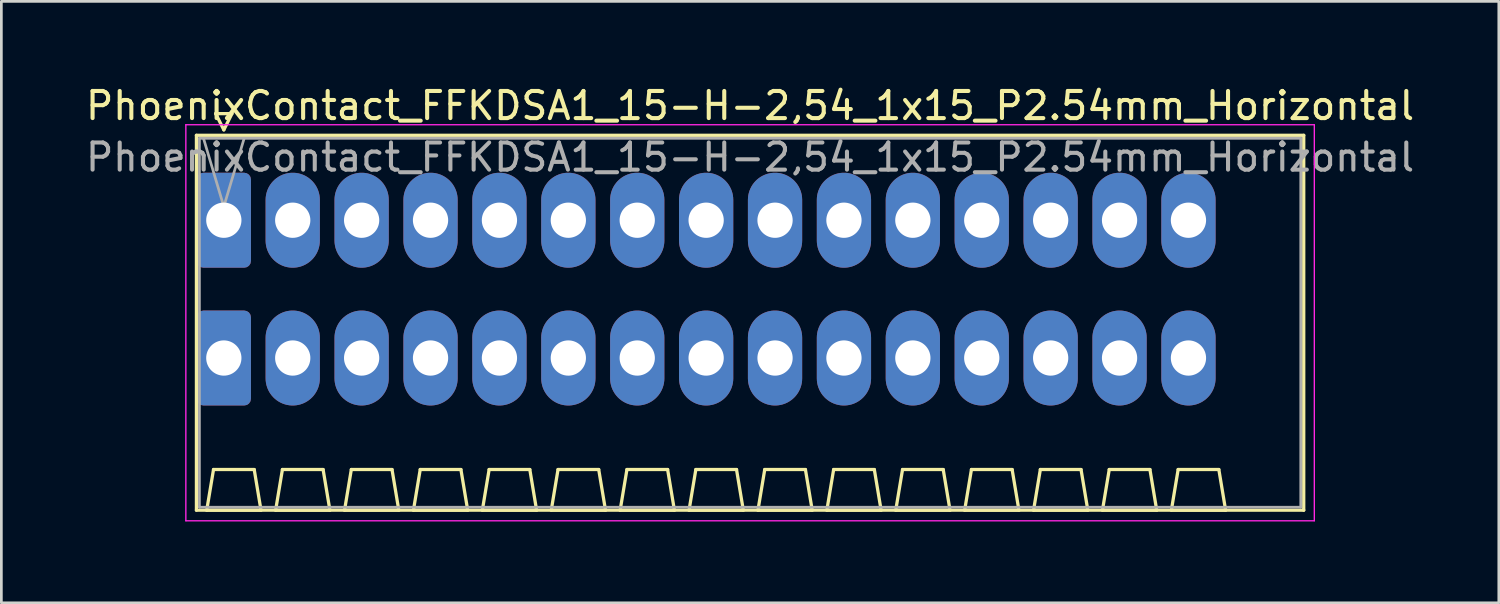
<source format=kicad_pcb>
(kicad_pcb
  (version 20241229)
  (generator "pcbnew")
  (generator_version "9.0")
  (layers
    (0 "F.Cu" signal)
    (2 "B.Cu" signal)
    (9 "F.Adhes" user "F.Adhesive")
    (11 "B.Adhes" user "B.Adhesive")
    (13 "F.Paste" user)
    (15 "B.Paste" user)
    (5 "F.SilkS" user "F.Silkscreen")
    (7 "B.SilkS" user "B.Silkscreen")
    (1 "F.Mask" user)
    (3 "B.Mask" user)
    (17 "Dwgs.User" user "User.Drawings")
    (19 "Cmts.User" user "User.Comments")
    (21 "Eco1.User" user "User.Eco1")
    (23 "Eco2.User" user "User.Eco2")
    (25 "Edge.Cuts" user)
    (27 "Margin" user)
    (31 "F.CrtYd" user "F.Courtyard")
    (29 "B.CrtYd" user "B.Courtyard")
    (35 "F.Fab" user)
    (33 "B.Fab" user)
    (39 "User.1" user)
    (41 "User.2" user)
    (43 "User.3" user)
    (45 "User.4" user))
  (footprint "PhoenixContact_FFKDSA1_15-H-2,54_1x15_P2.54mm_Horizontal"
    (layer "F.Cu")
    (at 5.201 5.068)
    (property "Reference" "PhoenixContact_FFKDSA1_15-H-2,54_1x15_P2.54mm_Horizontal" (at 19.4 -4.22 0) (layer "F.SilkS") (effects (font (size 1 1) (thickness 0.15))))
    (attr through_hole)
    (fp_line (start -1.01 -3.13) (end -1.01 10.69) (stroke (width 0.12) (type solid)) (layer "F.SilkS"))
    (fp_line (start -1.01 10.69) (end 39.81 10.69) (stroke (width 0.12) (type solid)) (layer "F.SilkS"))
    (fp_line (start -0.63 10.69) (end 1.37 10.69) (stroke (width 0.12) (type solid)) (layer "F.SilkS"))
    (fp_line (start -0.38 9.19) (end -0.63 10.69) (stroke (width 0.12) (type solid)) (layer "F.SilkS"))
    (fp_line (start -0.3 -3.93) (end 0.3 -3.93) (stroke (width 0.12) (type solid)) (layer "F.SilkS"))
    (fp_line (start 0 -3.33) (end -0.3 -3.93) (stroke (width 0.12) (type solid)) (layer "F.SilkS"))
    (fp_line (start 0.3 -3.93) (end 0 -3.33) (stroke (width 0.12) (type solid)) (layer "F.SilkS"))
    (fp_line (start 1.12 9.19) (end -0.38 9.19) (stroke (width 0.12) (type solid)) (layer "F.SilkS"))
    (fp_line (start 1.37 10.69) (end 1.12 9.19) (stroke (width 0.12) (type solid)) (layer "F.SilkS"))
    (fp_line (start 1.91 10.69) (end 3.91 10.69) (stroke (width 0.12) (type solid)) (layer "F.SilkS"))
    (fp_line (start 2.16 9.19) (end 1.91 10.69) (stroke (width 0.12) (type solid)) (layer "F.SilkS"))
    (fp_line (start 3.66 9.19) (end 2.16 9.19) (stroke (width 0.12) (type solid)) (layer "F.SilkS"))
    (fp_line (start 3.91 10.69) (end 3.66 9.19) (stroke (width 0.12) (type solid)) (layer "F.SilkS"))
    (fp_line (start 4.45 10.69) (end 6.45 10.69) (stroke (width 0.12) (type solid)) (layer "F.SilkS"))
    (fp_line (start 4.7 9.19) (end 4.45 10.69) (stroke (width 0.12) (type solid)) (layer "F.SilkS"))
    (fp_line (start 6.2 9.19) (end 4.7 9.19) (stroke (width 0.12) (type solid)) (layer "F.SilkS"))
    (fp_line (start 6.45 10.69) (end 6.2 9.19) (stroke (width 0.12) (type solid)) (layer "F.SilkS"))
    (fp_line (start 6.99 10.69) (end 8.99 10.69) (stroke (width 0.12) (type solid)) (layer "F.SilkS"))
    (fp_line (start 7.24 9.19) (end 6.99 10.69) (stroke (width 0.12) (type solid)) (layer "F.SilkS"))
    (fp_line (start 8.74 9.19) (end 7.24 9.19) (stroke (width 0.12) (type solid)) (layer "F.SilkS"))
    (fp_line (start 8.99 10.69) (end 8.74 9.19) (stroke (width 0.12) (type solid)) (layer "F.SilkS"))
    (fp_line (start 9.53 10.69) (end 11.53 10.69) (stroke (width 0.12) (type solid)) (layer "F.SilkS"))
    (fp_line (start 9.78 9.19) (end 9.53 10.69) (stroke (width 0.12) (type solid)) (layer "F.SilkS"))
    (fp_line (start 11.28 9.19) (end 9.78 9.19) (stroke (width 0.12) (type solid)) (layer "F.SilkS"))
    (fp_line (start 11.53 10.69) (end 11.28 9.19) (stroke (width 0.12) (type solid)) (layer "F.SilkS"))
    (fp_line (start 12.07 10.69) (end 14.07 10.69) (stroke (width 0.12) (type solid)) (layer "F.SilkS"))
    (fp_line (start 12.32 9.19) (end 12.07 10.69) (stroke (width 0.12) (type solid)) (layer "F.SilkS"))
    (fp_line (start 13.82 9.19) (end 12.32 9.19) (stroke (width 0.12) (type solid)) (layer "F.SilkS"))
    (fp_line (start 14.07 10.69) (end 13.82 9.19) (stroke (width 0.12) (type solid)) (layer "F.SilkS"))
    (fp_line (start 14.61 10.69) (end 16.61 10.69) (stroke (width 0.12) (type solid)) (layer "F.SilkS"))
    (fp_line (start 14.86 9.19) (end 14.61 10.69) (stroke (width 0.12) (type solid)) (layer "F.SilkS"))
    (fp_line (start 16.36 9.19) (end 14.86 9.19) (stroke (width 0.12) (type solid)) (layer "F.SilkS"))
    (fp_line (start 16.61 10.69) (end 16.36 9.19) (stroke (width 0.12) (type solid)) (layer "F.SilkS"))
    (fp_line (start 17.15 10.69) (end 19.15 10.69) (stroke (width 0.12) (type solid)) (layer "F.SilkS"))
    (fp_line (start 17.4 9.19) (end 17.15 10.69) (stroke (width 0.12) (type solid)) (layer "F.SilkS"))
    (fp_line (start 18.9 9.19) (end 17.4 9.19) (stroke (width 0.12) (type solid)) (layer "F.SilkS"))
    (fp_line (start 19.15 10.69) (end 18.9 9.19) (stroke (width 0.12) (type solid)) (layer "F.SilkS"))
    (fp_line (start 19.69 10.69) (end 21.69 10.69) (stroke (width 0.12) (type solid)) (layer "F.SilkS"))
    (fp_line (start 19.94 9.19) (end 19.69 10.69) (stroke (width 0.12) (type solid)) (layer "F.SilkS"))
    (fp_line (start 21.44 9.19) (end 19.94 9.19) (stroke (width 0.12) (type solid)) (layer "F.SilkS"))
    (fp_line (start 21.69 10.69) (end 21.44 9.19) (stroke (width 0.12) (type solid)) (layer "F.SilkS"))
    (fp_line (start 22.23 10.69) (end 24.23 10.69) (stroke (width 0.12) (type solid)) (layer "F.SilkS"))
    (fp_line (start 22.48 9.19) (end 22.23 10.69) (stroke (width 0.12) (type solid)) (layer "F.SilkS"))
    (fp_line (start 23.98 9.19) (end 22.48 9.19) (stroke (width 0.12) (type solid)) (layer "F.SilkS"))
    (fp_line (start 24.23 10.69) (end 23.98 9.19) (stroke (width 0.12) (type solid)) (layer "F.SilkS"))
    (fp_line (start 24.77 10.69) (end 26.77 10.69) (stroke (width 0.12) (type solid)) (layer "F.SilkS"))
    (fp_line (start 25.02 9.19) (end 24.77 10.69) (stroke (width 0.12) (type solid)) (layer "F.SilkS"))
    (fp_line (start 26.52 9.19) (end 25.02 9.19) (stroke (width 0.12) (type solid)) (layer "F.SilkS"))
    (fp_line (start 26.77 10.69) (end 26.52 9.19) (stroke (width 0.12) (type solid)) (layer "F.SilkS"))
    (fp_line (start 27.31 10.69) (end 29.31 10.69) (stroke (width 0.12) (type solid)) (layer "F.SilkS"))
    (fp_line (start 27.56 9.19) (end 27.31 10.69) (stroke (width 0.12) (type solid)) (layer "F.SilkS"))
    (fp_line (start 29.06 9.19) (end 27.56 9.19) (stroke (width 0.12) (type solid)) (layer "F.SilkS"))
    (fp_line (start 29.31 10.69) (end 29.06 9.19) (stroke (width 0.12) (type solid)) (layer "F.SilkS"))
    (fp_line (start 29.85 10.69) (end 31.85 10.69) (stroke (width 0.12) (type solid)) (layer "F.SilkS"))
    (fp_line (start 30.1 9.19) (end 29.85 10.69) (stroke (width 0.12) (type solid)) (layer "F.SilkS"))
    (fp_line (start 31.6 9.19) (end 30.1 9.19) (stroke (width 0.12) (type solid)) (layer "F.SilkS"))
    (fp_line (start 31.85 10.69) (end 31.6 9.19) (stroke (width 0.12) (type solid)) (layer "F.SilkS"))
    (fp_line (start 32.39 10.69) (end 34.39 10.69) (stroke (width 0.12) (type solid)) (layer "F.SilkS"))
    (fp_line (start 32.64 9.19) (end 32.39 10.69) (stroke (width 0.12) (type solid)) (layer "F.SilkS"))
    (fp_line (start 34.14 9.19) (end 32.64 9.19) (stroke (width 0.12) (type solid)) (layer "F.SilkS"))
    (fp_line (start 34.39 10.69) (end 34.14 9.19) (stroke (width 0.12) (type solid)) (layer "F.SilkS"))
    (fp_line (start 34.93 10.69) (end 36.93 10.69) (stroke (width 0.12) (type solid)) (layer "F.SilkS"))
    (fp_line (start 35.18 9.19) (end 34.93 10.69) (stroke (width 0.12) (type solid)) (layer "F.SilkS"))
    (fp_line (start 36.68 9.19) (end 35.18 9.19) (stroke (width 0.12) (type solid)) (layer "F.SilkS"))
    (fp_line (start 36.93 10.69) (end 36.68 9.19) (stroke (width 0.12) (type solid)) (layer "F.SilkS"))
    (fp_line (start 39.81 -3.13) (end -1.01 -3.13) (stroke (width 0.12) (type solid)) (layer "F.SilkS"))
    (fp_line (start 39.81 10.69) (end 39.81 -3.13) (stroke (width 0.12) (type solid)) (layer "F.SilkS"))
    (fp_line (start -1.4 -3.52) (end -1.4 11.08) (stroke (width 0.05) (type solid)) (layer "F.CrtYd"))
    (fp_line (start -1.4 11.08) (end 40.2 11.08) (stroke (width 0.05) (type solid)) (layer "F.CrtYd"))
    (fp_line (start 40.2 -3.52) (end -1.4 -3.52) (stroke (width 0.05) (type solid)) (layer "F.CrtYd"))
    (fp_line (start 40.2 11.08) (end 40.2 -3.52) (stroke (width 0.05) (type solid)) (layer "F.CrtYd"))
    (fp_line (start -0.9 -3.02) (end -0.9 10.58) (stroke (width 0.1) (type solid)) (layer "F.Fab"))
    (fp_line (start -0.9 10.58) (end 39.7 10.58) (stroke (width 0.1) (type solid)) (layer "F.Fab"))
    (fp_line (start 0 -0.5) (end -0.75 -3.02) (stroke (width 0.1) (type solid)) (layer "F.Fab"))
    (fp_line (start 0.75 -3.02) (end 0 -0.5) (stroke (width 0.1) (type solid)) (layer "F.Fab"))
    (fp_line (start 39.7 -3.02) (end -0.9 -3.02) (stroke (width 0.1) (type solid)) (layer "F.Fab"))
    (fp_line (start 39.7 10.58) (end 39.7 -3.02) (stroke (width 0.1) (type solid)) (layer "F.Fab"))
    (fp_text user "${REFERENCE}" (at 19.4 -2.32 0) (layer "F.Fab") (effects (font (size 1 1) (thickness 0.15))))
    (pad "1" thru_hole roundrect (at 0 0) (size 2 3.5) (drill 1.3) (layers "*.Cu" "*.Mask") (roundrect_rratio 0.125))
    (pad "1" thru_hole roundrect (at 0 5.08) (size 2 3.5) (drill 1.3) (layers "*.Cu" "*.Mask") (roundrect_rratio 0.125))
    (pad "2" thru_hole oval (at 2.54 0) (size 2 3.5) (drill 1.3) (layers "*.Cu" "*.Mask"))
    (pad "2" thru_hole oval (at 2.54 5.08) (size 2 3.5) (drill 1.3) (layers "*.Cu" "*.Mask"))
    (pad "3" thru_hole oval (at 5.08 0) (size 2 3.5) (drill 1.3) (layers "*.Cu" "*.Mask"))
    (pad "3" thru_hole oval (at 5.08 5.08) (size 2 3.5) (drill 1.3) (layers "*.Cu" "*.Mask"))
    (pad "4" thru_hole oval (at 7.62 0) (size 2 3.5) (drill 1.3) (layers "*.Cu" "*.Mask"))
    (pad "4" thru_hole oval (at 7.62 5.08) (size 2 3.5) (drill 1.3) (layers "*.Cu" "*.Mask"))
    (pad "5" thru_hole oval (at 10.16 0) (size 2 3.5) (drill 1.3) (layers "*.Cu" "*.Mask"))
    (pad "5" thru_hole oval (at 10.16 5.08) (size 2 3.5) (drill 1.3) (layers "*.Cu" "*.Mask"))
    (pad "6" thru_hole oval (at 12.7 0) (size 2 3.5) (drill 1.3) (layers "*.Cu" "*.Mask"))
    (pad "6" thru_hole oval (at 12.7 5.08) (size 2 3.5) (drill 1.3) (layers "*.Cu" "*.Mask"))
    (pad "7" thru_hole oval (at 15.24 0) (size 2 3.5) (drill 1.3) (layers "*.Cu" "*.Mask"))
    (pad "7" thru_hole oval (at 15.24 5.08) (size 2 3.5) (drill 1.3) (layers "*.Cu" "*.Mask"))
    (pad "8" thru_hole oval (at 17.78 0) (size 2 3.5) (drill 1.3) (layers "*.Cu" "*.Mask"))
    (pad "8" thru_hole oval (at 17.78 5.08) (size 2 3.5) (drill 1.3) (layers "*.Cu" "*.Mask"))
    (pad "9" thru_hole oval (at 20.32 0) (size 2 3.5) (drill 1.3) (layers "*.Cu" "*.Mask"))
    (pad "9" thru_hole oval (at 20.32 5.08) (size 2 3.5) (drill 1.3) (layers "*.Cu" "*.Mask"))
    (pad "10" thru_hole oval (at 22.86 0) (size 2 3.5) (drill 1.3) (layers "*.Cu" "*.Mask"))
    (pad "10" thru_hole oval (at 22.86 5.08) (size 2 3.5) (drill 1.3) (layers "*.Cu" "*.Mask"))
    (pad "11" thru_hole oval (at 25.4 0) (size 2 3.5) (drill 1.3) (layers "*.Cu" "*.Mask"))
    (pad "11" thru_hole oval (at 25.4 5.08) (size 2 3.5) (drill 1.3) (layers "*.Cu" "*.Mask"))
    (pad "12" thru_hole oval (at 27.94 0) (size 2 3.5) (drill 1.3) (layers "*.Cu" "*.Mask"))
    (pad "12" thru_hole oval (at 27.94 5.08) (size 2 3.5) (drill 1.3) (layers "*.Cu" "*.Mask"))
    (pad "13" thru_hole oval (at 30.48 0) (size 2 3.5) (drill 1.3) (layers "*.Cu" "*.Mask"))
    (pad "13" thru_hole oval (at 30.48 5.08) (size 2 3.5) (drill 1.3) (layers "*.Cu" "*.Mask"))
    (pad "14" thru_hole oval (at 33.02 0) (size 2 3.5) (drill 1.3) (layers "*.Cu" "*.Mask"))
    (pad "14" thru_hole oval (at 33.02 5.08) (size 2 3.5) (drill 1.3) (layers "*.Cu" "*.Mask"))
    (pad "15" thru_hole oval (at 35.56 0) (size 2 3.5) (drill 1.3) (layers "*.Cu" "*.Mask"))
    (pad "15" thru_hole oval (at 35.56 5.08) (size 2 3.5) (drill 1.3) (layers "*.Cu" "*.Mask")))
  (gr_rect
    (start -3 -3)
    (end 52.202 19.173)
    (stroke (width 0.1) (type default))
    (fill no)
    (layer "Edge.Cuts")))
</source>
